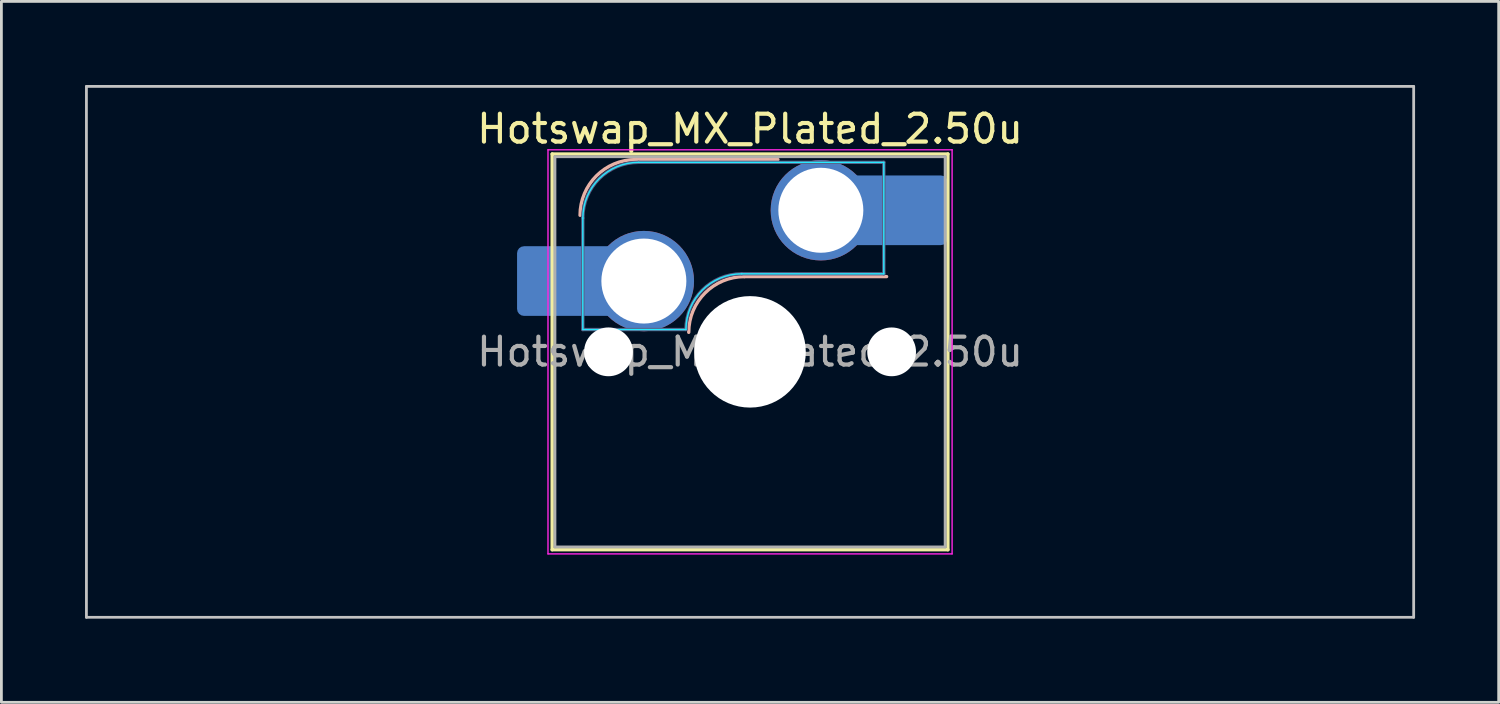
<source format=kicad_pcb>
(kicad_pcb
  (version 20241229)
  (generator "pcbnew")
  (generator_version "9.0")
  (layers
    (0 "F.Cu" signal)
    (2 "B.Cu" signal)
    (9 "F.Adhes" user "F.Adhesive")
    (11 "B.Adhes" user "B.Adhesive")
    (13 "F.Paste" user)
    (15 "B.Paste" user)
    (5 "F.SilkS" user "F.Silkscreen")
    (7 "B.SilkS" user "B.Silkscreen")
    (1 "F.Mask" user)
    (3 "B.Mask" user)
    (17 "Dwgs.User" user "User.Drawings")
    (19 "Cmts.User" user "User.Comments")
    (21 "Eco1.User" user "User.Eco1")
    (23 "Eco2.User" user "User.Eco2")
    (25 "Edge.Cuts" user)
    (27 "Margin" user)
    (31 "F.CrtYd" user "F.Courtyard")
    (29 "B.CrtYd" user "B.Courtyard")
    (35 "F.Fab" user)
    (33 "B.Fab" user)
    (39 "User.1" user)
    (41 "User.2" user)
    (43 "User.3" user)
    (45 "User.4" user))
  (footprint "Hotswap_MX_Plated_2.50u"
    (layer "F.Cu")
    (at 23.863 9.575)
    (property "Reference" "Hotswap_MX_Plated_2.50u" (at 0 -8 0) (layer "F.SilkS") (effects (font (size 1 1) (thickness 0.15))))
    (attr smd)
    (fp_line (start -7.1 -7.1) (end -7.1 7.1) (stroke (width 0.12) (type solid)) (layer "F.SilkS"))
    (fp_line (start -7.1 7.1) (end 7.1 7.1) (stroke (width 0.12) (type solid)) (layer "F.SilkS"))
    (fp_line (start 7.1 -7.1) (end -7.1 -7.1) (stroke (width 0.12) (type solid)) (layer "F.SilkS"))
    (fp_line (start 7.1 7.1) (end 7.1 -7.1) (stroke (width 0.12) (type solid)) (layer "F.SilkS"))
    (fp_line (start -4.1 -6.9) (end 1 -6.9) (stroke (width 0.12) (type solid)) (layer "B.SilkS"))
    (fp_line (start -0.2 -2.7) (end 4.9 -2.7) (stroke (width 0.12) (type solid)) (layer "B.SilkS"))
    (fp_arc (start -6.1 -4.9) (mid -5.514214 -6.314214) (end -4.1 -6.9) (stroke (width 0.12) (type solid)) (layer "B.SilkS"))
    (fp_arc (start -2.2 -0.7) (mid -1.614214 -2.114214) (end -0.2 -2.7) (stroke (width 0.12) (type solid)) (layer "B.SilkS"))
    (fp_line (start -23.812 -9.525) (end -23.812 9.525) (stroke (width 0.1) (type solid)) (layer "Dwgs.User"))
    (fp_line (start -23.812 9.525) (end 23.812 9.525) (stroke (width 0.1) (type solid)) (layer "Dwgs.User"))
    (fp_line (start 23.812 -9.525) (end -23.812 -9.525) (stroke (width 0.1) (type solid)) (layer "Dwgs.User"))
    (fp_line (start 23.812 9.525) (end 23.812 -9.525) (stroke (width 0.1) (type solid)) (layer "Dwgs.User"))
    (fp_line (start -7.8 -6) (end -7 -6) (stroke (width 0.1) (type solid)) (layer "Eco1.User"))
    (fp_line (start -7.8 -2.9) (end -7.8 -6) (stroke (width 0.1) (type solid)) (layer "Eco1.User"))
    (fp_line (start -7.8 2.9) (end -7 2.9) (stroke (width 0.1) (type solid)) (layer "Eco1.User"))
    (fp_line (start -7.8 6) (end -7.8 2.9) (stroke (width 0.1) (type solid)) (layer "Eco1.User"))
    (fp_line (start -7 -7) (end 7 -7) (stroke (width 0.1) (type solid)) (layer "Eco1.User"))
    (fp_line (start -7 -6) (end -7 -7) (stroke (width 0.1) (type solid)) (layer "Eco1.User"))
    (fp_line (start -7 -2.9) (end -7.8 -2.9) (stroke (width 0.1) (type solid)) (layer "Eco1.User"))
    (fp_line (start -7 2.9) (end -7 -2.9) (stroke (width 0.1) (type solid)) (layer "Eco1.User"))
    (fp_line (start -7 6) (end -7.8 6) (stroke (width 0.1) (type solid)) (layer "Eco1.User"))
    (fp_line (start -7 7) (end -7 6) (stroke (width 0.1) (type solid)) (layer "Eco1.User"))
    (fp_line (start 7 -7) (end 7 -6) (stroke (width 0.1) (type solid)) (layer "Eco1.User"))
    (fp_line (start 7 -6) (end 7.8 -6) (stroke (width 0.1) (type solid)) (layer "Eco1.User"))
    (fp_line (start 7 -2.9) (end 7 2.9) (stroke (width 0.1) (type solid)) (layer "Eco1.User"))
    (fp_line (start 7 2.9) (end 7.8 2.9) (stroke (width 0.1) (type solid)) (layer "Eco1.User"))
    (fp_line (start 7 6) (end 7 7) (stroke (width 0.1) (type solid)) (layer "Eco1.User"))
    (fp_line (start 7 7) (end -7 7) (stroke (width 0.1) (type solid)) (layer "Eco1.User"))
    (fp_line (start 7.8 -6) (end 7.8 -2.9) (stroke (width 0.1) (type solid)) (layer "Eco1.User"))
    (fp_line (start 7.8 -2.9) (end 7 -2.9) (stroke (width 0.1) (type solid)) (layer "Eco1.User"))
    (fp_line (start 7.8 2.9) (end 7.8 6) (stroke (width 0.1) (type solid)) (layer "Eco1.User"))
    (fp_line (start 7.8 6) (end 7 6) (stroke (width 0.1) (type solid)) (layer "Eco1.User"))
    (fp_line (start -6 -0.8) (end -6 -4.8) (stroke (width 0.05) (type solid)) (layer "B.CrtYd"))
    (fp_line (start -6 -0.8) (end -2.3 -0.8) (stroke (width 0.05) (type solid)) (layer "B.CrtYd"))
    (fp_line (start -4 -6.8) (end 4.8 -6.8) (stroke (width 0.05) (type solid)) (layer "B.CrtYd"))
    (fp_line (start -0.3 -2.8) (end 4.8 -2.8) (stroke (width 0.05) (type solid)) (layer "B.CrtYd"))
    (fp_line (start 4.8 -6.8) (end 4.8 -2.8) (stroke (width 0.05) (type solid)) (layer "B.CrtYd"))
    (fp_arc (start -6 -4.8) (mid -5.414214 -6.214214) (end -4 -6.8) (stroke (width 0.05) (type solid)) (layer "B.CrtYd"))
    (fp_arc (start -2.3 -0.8) (mid -1.714214 -2.214214) (end -0.3 -2.8) (stroke (width 0.05) (type solid)) (layer "B.CrtYd"))
    (fp_line (start -7.25 -7.25) (end -7.25 7.25) (stroke (width 0.05) (type solid)) (layer "F.CrtYd"))
    (fp_line (start -7.25 7.25) (end 7.25 7.25) (stroke (width 0.05) (type solid)) (layer "F.CrtYd"))
    (fp_line (start 7.25 -7.25) (end -7.25 -7.25) (stroke (width 0.05) (type solid)) (layer "F.CrtYd"))
    (fp_line (start 7.25 7.25) (end 7.25 -7.25) (stroke (width 0.05) (type solid)) (layer "F.CrtYd"))
    (fp_line (start -6 -0.8) (end -6 -4.8) (stroke (width 0.12) (type solid)) (layer "B.Fab"))
    (fp_line (start -6 -0.8) (end -2.3 -0.8) (stroke (width 0.12) (type solid)) (layer "B.Fab"))
    (fp_line (start -4 -6.8) (end 4.8 -6.8) (stroke (width 0.12) (type solid)) (layer "B.Fab"))
    (fp_line (start -0.3 -2.8) (end 4.8 -2.8) (stroke (width 0.12) (type solid)) (layer "B.Fab"))
    (fp_line (start 4.8 -6.8) (end 4.8 -2.8) (stroke (width 0.12) (type solid)) (layer "B.Fab"))
    (fp_arc (start -6 -4.8) (mid -5.414214 -6.214214) (end -4 -6.8) (stroke (width 0.12) (type solid)) (layer "B.Fab"))
    (fp_arc (start -2.3 -0.8) (mid -1.714214 -2.214214) (end -0.3 -2.8) (stroke (width 0.12) (type solid)) (layer "B.Fab"))
    (fp_line (start -7 -7) (end -7 7) (stroke (width 0.1) (type solid)) (layer "F.Fab"))
    (fp_line (start -7 7) (end 7 7) (stroke (width 0.1) (type solid)) (layer "F.Fab"))
    (fp_line (start 7 -7) (end -7 -7) (stroke (width 0.1) (type solid)) (layer "F.Fab"))
    (fp_line (start 7 7) (end 7 -7) (stroke (width 0.1) (type solid)) (layer "F.Fab"))
    (fp_text user "${REFERENCE}" (at 0 0 0) (layer "F.Fab") (effects (font (size 1 1) (thickness 0.15))))
    (pad "" smd roundrect (at -7.085 -2.54) (size 2.55 2.5) (layers "B.Mask" "B.Paste") (roundrect_rratio 0.1))
    (pad "" np_thru_hole circle (at -5.08 0) (size 1.75 1.75) (drill 1.75) (layers "*.Cu" "*.Mask"))
    (pad "" np_thru_hole circle (at 0 0) (size 4 4) (drill 4) (layers "*.Cu" "*.Mask"))
    (pad "" np_thru_hole circle (at 5.08 0) (size 1.75 1.75) (drill 1.75) (layers "*.Cu" "*.Mask"))
    (pad "" smd roundrect (at 5.842 -5.08) (size 2.55 2.5) (layers "B.Mask" "B.Paste") (roundrect_rratio 0.1))
    (pad "1" smd roundrect (at -6.585 -2.54) (size 3.55 2.5) (layers "B.Cu") (roundrect_rratio 0.1))
    (pad "1" thru_hole circle (at -3.81 -2.54) (size 3.6 3.6) (drill 3.05) (layers "*.Cu" "*.Mask"))
    (pad "2" thru_hole circle (at 2.54 -5.08) (size 3.6 3.6) (drill 3.05) (layers "*.Cu" "*.Mask"))
    (pad "2" smd roundrect (at 5.32 -5.08) (size 3.55 2.5) (layers "B.Cu") (roundrect_rratio 0.1)))
  (gr_rect
    (start -3 -3)
    (end 50.725 22.15)
    (stroke (width 0.1) (type default))
    (fill no)
    (layer "Edge.Cuts")))
</source>
